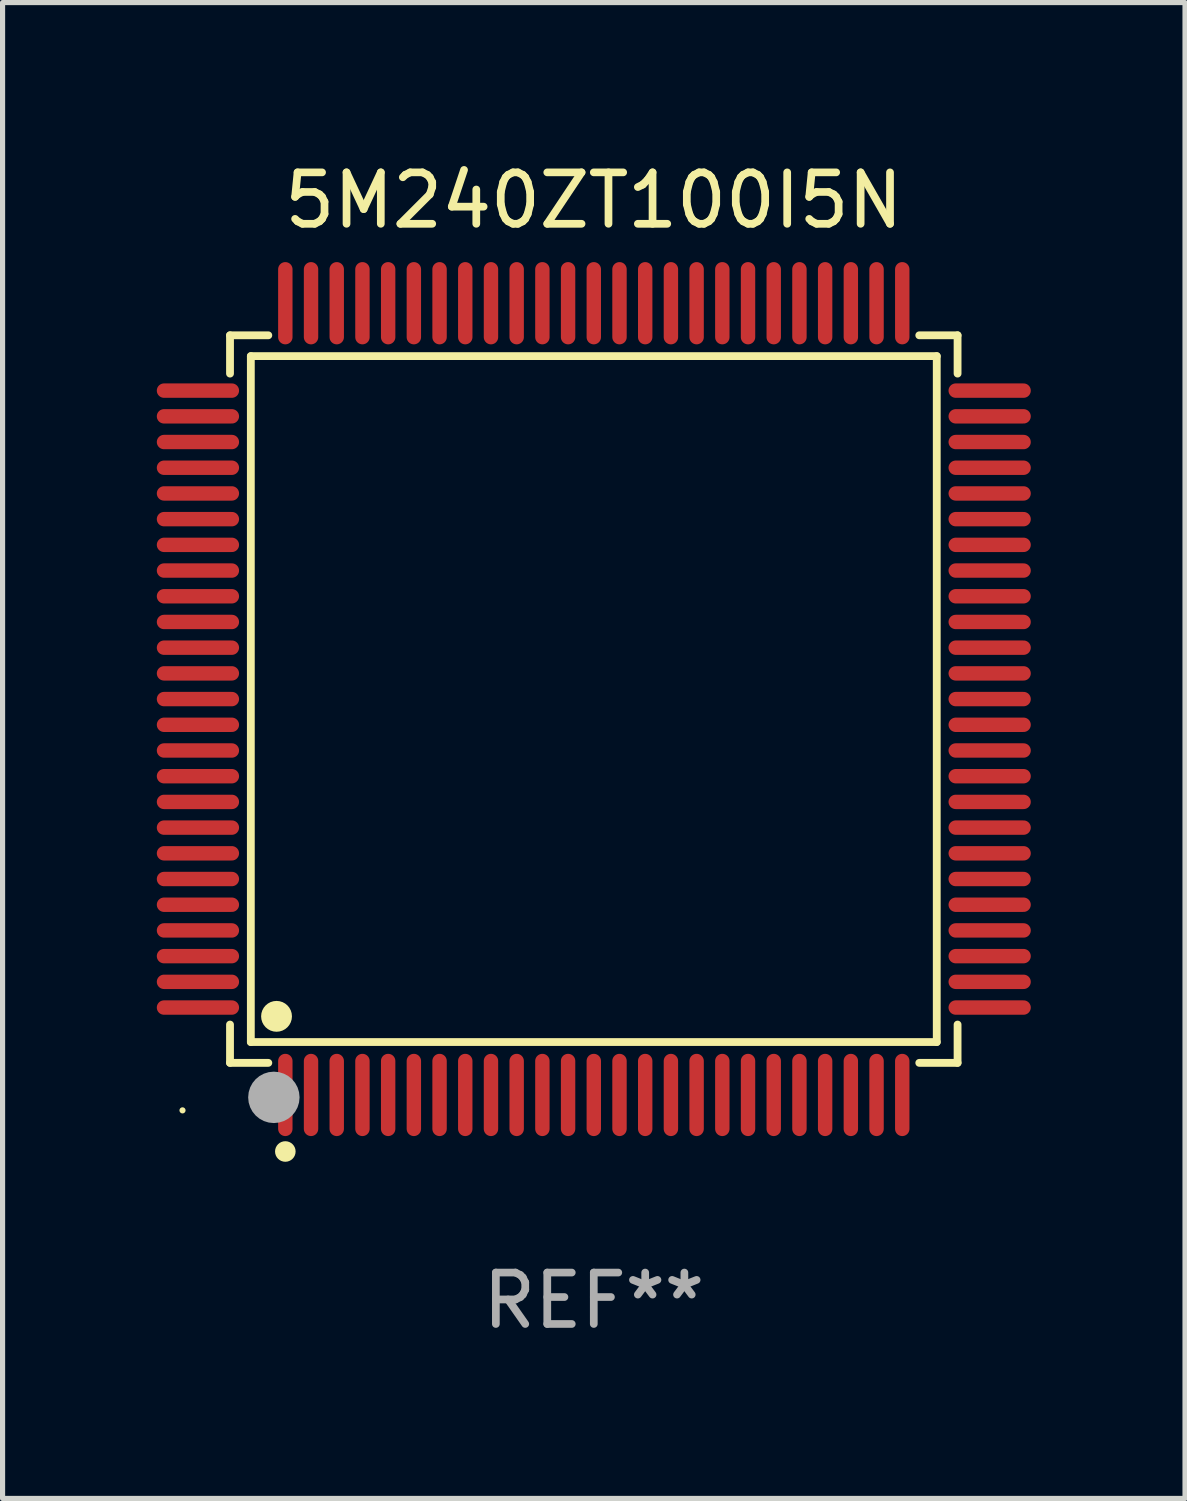
<source format=kicad_pcb>
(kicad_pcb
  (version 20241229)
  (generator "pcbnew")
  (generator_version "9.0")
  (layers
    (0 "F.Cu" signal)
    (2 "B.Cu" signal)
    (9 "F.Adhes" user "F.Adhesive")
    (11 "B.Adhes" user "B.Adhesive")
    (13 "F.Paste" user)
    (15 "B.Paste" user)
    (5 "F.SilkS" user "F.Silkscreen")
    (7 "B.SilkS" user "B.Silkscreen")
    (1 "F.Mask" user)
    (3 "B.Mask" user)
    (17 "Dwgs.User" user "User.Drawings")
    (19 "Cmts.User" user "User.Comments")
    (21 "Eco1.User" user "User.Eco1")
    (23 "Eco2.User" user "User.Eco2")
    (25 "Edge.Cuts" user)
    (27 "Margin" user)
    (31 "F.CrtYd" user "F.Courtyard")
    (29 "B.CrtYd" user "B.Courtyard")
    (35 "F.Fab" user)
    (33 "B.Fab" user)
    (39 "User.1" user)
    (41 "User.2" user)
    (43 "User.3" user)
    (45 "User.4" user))
  (footprint "5M240ZT100I5N"
    (layer "F.Cu")
    (at 8.5 10.548)
    (property "Reference" "5M240ZT100I5N" (at 0 -9.7 0) (layer "F.SilkS") (effects (font (size 1 1) (thickness 0.15))))
    (attr through_hole)
    (fp_line (start -7.076 -7.076) (end -6.331 -7.076) (stroke (width 0.152) (type solid)) (layer "F.SilkS"))
    (fp_line (start -7.076 -6.331) (end -7.076 -7.076) (stroke (width 0.152) (type solid)) (layer "F.SilkS"))
    (fp_line (start -7.076 6.331) (end -7.076 7.076) (stroke (width 0.152) (type solid)) (layer "F.SilkS"))
    (fp_line (start -7.076 7.076) (end -6.331 7.076) (stroke (width 0.152) (type solid)) (layer "F.SilkS"))
    (fp_line (start -6.671 -6.671) (end 6.671 -6.671) (stroke (width 0.152) (type solid)) (layer "F.SilkS"))
    (fp_line (start -6.671 6.671) (end -6.671 -6.671) (stroke (width 0.152) (type solid)) (layer "F.SilkS"))
    (fp_line (start 6.671 -6.671) (end 6.671 6.671) (stroke (width 0.152) (type solid)) (layer "F.SilkS"))
    (fp_line (start 6.671 6.671) (end -6.671 6.671) (stroke (width 0.152) (type solid)) (layer "F.SilkS"))
    (fp_line (start 7.076 -7.076) (end 6.331 -7.076) (stroke (width 0.152) (type solid)) (layer "F.SilkS"))
    (fp_line (start 7.076 -6.331) (end 7.076 -7.076) (stroke (width 0.152) (type solid)) (layer "F.SilkS"))
    (fp_line (start 7.076 6.331) (end 7.076 7.076) (stroke (width 0.152) (type solid)) (layer "F.SilkS"))
    (fp_line (start 7.076 7.076) (end 6.331 7.076) (stroke (width 0.152) (type solid)) (layer "F.SilkS"))
    (fp_circle (center -8 8) (end -7.97 8) (stroke (width 0.06) (type solid)) (fill no) (layer "F.SilkS"))
    (fp_circle (center -6.171 6.171) (end -6.021 6.171) (stroke (width 0.3) (type solid)) (fill no) (layer "F.SilkS"))
    (fp_circle (center -6 8.8) (end -5.9 8.8) (stroke (width 0.2) (type solid)) (fill no) (layer "F.SilkS"))
    (fp_circle (center -6.223 7.747) (end -5.973 7.747) (stroke (width 0.5) (type solid)) (fill no) (layer "F.Fab"))
    (fp_text user "REF**" (at 0 11.7 0) (layer "F.Fab") (effects (font (size 1 1) (thickness 0.15))))
    (pad "1" smd oval (at -6 7.7) (size 0.28 1.6) (layers "F.Cu" "F.Mask" "F.Paste"))
    (pad "2" smd oval (at -5.5 7.7) (size 0.28 1.6) (layers "F.Cu" "F.Mask" "F.Paste"))
    (pad "3" smd oval (at -5 7.7) (size 0.28 1.6) (layers "F.Cu" "F.Mask" "F.Paste"))
    (pad "4" smd oval (at -4.5 7.7) (size 0.28 1.6) (layers "F.Cu" "F.Mask" "F.Paste"))
    (pad "5" smd oval (at -4 7.7) (size 0.28 1.6) (layers "F.Cu" "F.Mask" "F.Paste"))
    (pad "6" smd oval (at -3.5 7.7) (size 0.28 1.6) (layers "F.Cu" "F.Mask" "F.Paste"))
    (pad "7" smd oval (at -3 7.7) (size 0.28 1.6) (layers "F.Cu" "F.Mask" "F.Paste"))
    (pad "8" smd oval (at -2.5 7.7) (size 0.28 1.6) (layers "F.Cu" "F.Mask" "F.Paste"))
    (pad "9" smd oval (at -2 7.7) (size 0.28 1.6) (layers "F.Cu" "F.Mask" "F.Paste"))
    (pad "10" smd oval (at -1.5 7.7) (size 0.28 1.6) (layers "F.Cu" "F.Mask" "F.Paste"))
    (pad "11" smd oval (at -1 7.7) (size 0.28 1.6) (layers "F.Cu" "F.Mask" "F.Paste"))
    (pad "12" smd oval (at -0.5 7.7) (size 0.28 1.6) (layers "F.Cu" "F.Mask" "F.Paste"))
    (pad "13" smd oval (at 0 7.7) (size 0.28 1.6) (layers "F.Cu" "F.Mask" "F.Paste"))
    (pad "14" smd oval (at 0.5 7.7) (size 0.28 1.6) (layers "F.Cu" "F.Mask" "F.Paste"))
    (pad "15" smd oval (at 1 7.7) (size 0.28 1.6) (layers "F.Cu" "F.Mask" "F.Paste"))
    (pad "16" smd oval (at 1.5 7.7) (size 0.28 1.6) (layers "F.Cu" "F.Mask" "F.Paste"))
    (pad "17" smd oval (at 2 7.7) (size 0.28 1.6) (layers "F.Cu" "F.Mask" "F.Paste"))
    (pad "18" smd oval (at 2.5 7.7) (size 0.28 1.6) (layers "F.Cu" "F.Mask" "F.Paste"))
    (pad "19" smd oval (at 3 7.7) (size 0.28 1.6) (layers "F.Cu" "F.Mask" "F.Paste"))
    (pad "20" smd oval (at 3.5 7.7) (size 0.28 1.6) (layers "F.Cu" "F.Mask" "F.Paste"))
    (pad "21" smd oval (at 4 7.7) (size 0.28 1.6) (layers "F.Cu" "F.Mask" "F.Paste"))
    (pad "22" smd oval (at 4.5 7.7) (size 0.28 1.6) (layers "F.Cu" "F.Mask" "F.Paste"))
    (pad "23" smd oval (at 5 7.7) (size 0.28 1.6) (layers "F.Cu" "F.Mask" "F.Paste"))
    (pad "24" smd oval (at 5.5 7.7) (size 0.28 1.6) (layers "F.Cu" "F.Mask" "F.Paste"))
    (pad "25" smd oval (at 6 7.7) (size 0.28 1.6) (layers "F.Cu" "F.Mask" "F.Paste"))
    (pad "26" smd oval (at 7.7 6) (size 1.6 0.28) (layers "F.Cu" "F.Mask" "F.Paste"))
    (pad "27" smd oval (at 7.7 5.5) (size 1.6 0.28) (layers "F.Cu" "F.Mask" "F.Paste"))
    (pad "28" smd oval (at 7.7 5) (size 1.6 0.28) (layers "F.Cu" "F.Mask" "F.Paste"))
    (pad "29" smd oval (at 7.7 4.5) (size 1.6 0.28) (layers "F.Cu" "F.Mask" "F.Paste"))
    (pad "30" smd oval (at 7.7 4) (size 1.6 0.28) (layers "F.Cu" "F.Mask" "F.Paste"))
    (pad "31" smd oval (at 7.7 3.5) (size 1.6 0.28) (layers "F.Cu" "F.Mask" "F.Paste"))
    (pad "32" smd oval (at 7.7 3) (size 1.6 0.28) (layers "F.Cu" "F.Mask" "F.Paste"))
    (pad "33" smd oval (at 7.7 2.5) (size 1.6 0.28) (layers "F.Cu" "F.Mask" "F.Paste"))
    (pad "34" smd oval (at 7.7 2) (size 1.6 0.28) (layers "F.Cu" "F.Mask" "F.Paste"))
    (pad "35" smd oval (at 7.7 1.5) (size 1.6 0.28) (layers "F.Cu" "F.Mask" "F.Paste"))
    (pad "36" smd oval (at 7.7 1) (size 1.6 0.28) (layers "F.Cu" "F.Mask" "F.Paste"))
    (pad "37" smd oval (at 7.7 0.5) (size 1.6 0.28) (layers "F.Cu" "F.Mask" "F.Paste"))
    (pad "38" smd oval (at 7.7 0) (size 1.6 0.28) (layers "F.Cu" "F.Mask" "F.Paste"))
    (pad "39" smd oval (at 7.7 -0.5) (size 1.6 0.28) (layers "F.Cu" "F.Mask" "F.Paste"))
    (pad "40" smd oval (at 7.7 -1) (size 1.6 0.28) (layers "F.Cu" "F.Mask" "F.Paste"))
    (pad "41" smd oval (at 7.7 -1.5) (size 1.6 0.28) (layers "F.Cu" "F.Mask" "F.Paste"))
    (pad "42" smd oval (at 7.7 -2) (size 1.6 0.28) (layers "F.Cu" "F.Mask" "F.Paste"))
    (pad "43" smd oval (at 7.7 -2.5) (size 1.6 0.28) (layers "F.Cu" "F.Mask" "F.Paste"))
    (pad "44" smd oval (at 7.7 -3) (size 1.6 0.28) (layers "F.Cu" "F.Mask" "F.Paste"))
    (pad "45" smd oval (at 7.7 -3.5) (size 1.6 0.28) (layers "F.Cu" "F.Mask" "F.Paste"))
    (pad "46" smd oval (at 7.7 -4) (size 1.6 0.28) (layers "F.Cu" "F.Mask" "F.Paste"))
    (pad "47" smd oval (at 7.7 -4.5) (size 1.6 0.28) (layers "F.Cu" "F.Mask" "F.Paste"))
    (pad "48" smd oval (at 7.7 -5) (size 1.6 0.28) (layers "F.Cu" "F.Mask" "F.Paste"))
    (pad "49" smd oval (at 7.7 -5.5) (size 1.6 0.28) (layers "F.Cu" "F.Mask" "F.Paste"))
    (pad "50" smd oval (at 7.7 -6) (size 1.6 0.28) (layers "F.Cu" "F.Mask" "F.Paste"))
    (pad "51" smd oval (at 6 -7.7) (size 0.28 1.6) (layers "F.Cu" "F.Mask" "F.Paste"))
    (pad "52" smd oval (at 5.5 -7.7) (size 0.28 1.6) (layers "F.Cu" "F.Mask" "F.Paste"))
    (pad "53" smd oval (at 5 -7.7) (size 0.28 1.6) (layers "F.Cu" "F.Mask" "F.Paste"))
    (pad "54" smd oval (at 4.5 -7.7) (size 0.28 1.6) (layers "F.Cu" "F.Mask" "F.Paste"))
    (pad "55" smd oval (at 4 -7.7) (size 0.28 1.6) (layers "F.Cu" "F.Mask" "F.Paste"))
    (pad "56" smd oval (at 3.5 -7.7) (size 0.28 1.6) (layers "F.Cu" "F.Mask" "F.Paste"))
    (pad "57" smd oval (at 3 -7.7) (size 0.28 1.6) (layers "F.Cu" "F.Mask" "F.Paste"))
    (pad "58" smd oval (at 2.5 -7.7) (size 0.28 1.6) (layers "F.Cu" "F.Mask" "F.Paste"))
    (pad "59" smd oval (at 2 -7.7) (size 0.28 1.6) (layers "F.Cu" "F.Mask" "F.Paste"))
    (pad "60" smd oval (at 1.5 -7.7) (size 0.28 1.6) (layers "F.Cu" "F.Mask" "F.Paste"))
    (pad "61" smd oval (at 1 -7.7) (size 0.28 1.6) (layers "F.Cu" "F.Mask" "F.Paste"))
    (pad "62" smd oval (at 0.5 -7.7) (size 0.28 1.6) (layers "F.Cu" "F.Mask" "F.Paste"))
    (pad "63" smd oval (at 0 -7.7) (size 0.28 1.6) (layers "F.Cu" "F.Mask" "F.Paste"))
    (pad "64" smd oval (at -0.5 -7.7) (size 0.28 1.6) (layers "F.Cu" "F.Mask" "F.Paste"))
    (pad "65" smd oval (at -1 -7.7) (size 0.28 1.6) (layers "F.Cu" "F.Mask" "F.Paste"))
    (pad "66" smd oval (at -1.5 -7.7) (size 0.28 1.6) (layers "F.Cu" "F.Mask" "F.Paste"))
    (pad "67" smd oval (at -2 -7.7) (size 0.28 1.6) (layers "F.Cu" "F.Mask" "F.Paste"))
    (pad "68" smd oval (at -2.5 -7.7) (size 0.28 1.6) (layers "F.Cu" "F.Mask" "F.Paste"))
    (pad "69" smd oval (at -3 -7.7) (size 0.28 1.6) (layers "F.Cu" "F.Mask" "F.Paste"))
    (pad "70" smd oval (at -3.5 -7.7) (size 0.28 1.6) (layers "F.Cu" "F.Mask" "F.Paste"))
    (pad "71" smd oval (at -4 -7.7) (size 0.28 1.6) (layers "F.Cu" "F.Mask" "F.Paste"))
    (pad "72" smd oval (at -4.5 -7.7) (size 0.28 1.6) (layers "F.Cu" "F.Mask" "F.Paste"))
    (pad "73" smd oval (at -5 -7.7) (size 0.28 1.6) (layers "F.Cu" "F.Mask" "F.Paste"))
    (pad "74" smd oval (at -5.5 -7.7) (size 0.28 1.6) (layers "F.Cu" "F.Mask" "F.Paste"))
    (pad "75" smd oval (at -6 -7.7) (size 0.28 1.6) (layers "F.Cu" "F.Mask" "F.Paste"))
    (pad "76" smd oval (at -7.7 -6) (size 1.6 0.28) (layers "F.Cu" "F.Mask" "F.Paste"))
    (pad "77" smd oval (at -7.7 -5.5) (size 1.6 0.28) (layers "F.Cu" "F.Mask" "F.Paste"))
    (pad "78" smd oval (at -7.7 -5) (size 1.6 0.28) (layers "F.Cu" "F.Mask" "F.Paste"))
    (pad "79" smd oval (at -7.7 -4.5) (size 1.6 0.28) (layers "F.Cu" "F.Mask" "F.Paste"))
    (pad "80" smd oval (at -7.7 -4) (size 1.6 0.28) (layers "F.Cu" "F.Mask" "F.Paste"))
    (pad "81" smd oval (at -7.7 -3.5) (size 1.6 0.28) (layers "F.Cu" "F.Mask" "F.Paste"))
    (pad "82" smd oval (at -7.7 -3) (size 1.6 0.28) (layers "F.Cu" "F.Mask" "F.Paste"))
    (pad "83" smd oval (at -7.7 -2.5) (size 1.6 0.28) (layers "F.Cu" "F.Mask" "F.Paste"))
    (pad "84" smd oval (at -7.7 -2) (size 1.6 0.28) (layers "F.Cu" "F.Mask" "F.Paste"))
    (pad "85" smd oval (at -7.7 -1.5) (size 1.6 0.28) (layers "F.Cu" "F.Mask" "F.Paste"))
    (pad "86" smd oval (at -7.7 -1) (size 1.6 0.28) (layers "F.Cu" "F.Mask" "F.Paste"))
    (pad "87" smd oval (at -7.7 -0.5) (size 1.6 0.28) (layers "F.Cu" "F.Mask" "F.Paste"))
    (pad "88" smd oval (at -7.7 0) (size 1.6 0.28) (layers "F.Cu" "F.Mask" "F.Paste"))
    (pad "89" smd oval (at -7.7 0.5) (size 1.6 0.28) (layers "F.Cu" "F.Mask" "F.Paste"))
    (pad "90" smd oval (at -7.7 1) (size 1.6 0.28) (layers "F.Cu" "F.Mask" "F.Paste"))
    (pad "91" smd oval (at -7.7 1.5) (size 1.6 0.28) (layers "F.Cu" "F.Mask" "F.Paste"))
    (pad "92" smd oval (at -7.7 2) (size 1.6 0.28) (layers "F.Cu" "F.Mask" "F.Paste"))
    (pad "93" smd oval (at -7.7 2.5) (size 1.6 0.28) (layers "F.Cu" "F.Mask" "F.Paste"))
    (pad "94" smd oval (at -7.7 3) (size 1.6 0.28) (layers "F.Cu" "F.Mask" "F.Paste"))
    (pad "95" smd oval (at -7.7 3.5) (size 1.6 0.28) (layers "F.Cu" "F.Mask" "F.Paste"))
    (pad "96" smd oval (at -7.7 4) (size 1.6 0.28) (layers "F.Cu" "F.Mask" "F.Paste"))
    (pad "97" smd oval (at -7.7 4.5) (size 1.6 0.28) (layers "F.Cu" "F.Mask" "F.Paste"))
    (pad "98" smd oval (at -7.7 5) (size 1.6 0.28) (layers "F.Cu" "F.Mask" "F.Paste"))
    (pad "99" smd oval (at -7.7 5.5) (size 1.6 0.28) (layers "F.Cu" "F.Mask" "F.Paste"))
    (pad "100" smd oval (at -7.7 6) (size 1.6 0.28) (layers "F.Cu" "F.Mask" "F.Paste")))
  (gr_rect
    (start -3 -3)
    (end 20 26.097)
    (stroke (width 0.1) (type default))
    (fill no)
    (layer "Edge.Cuts")))
</source>
